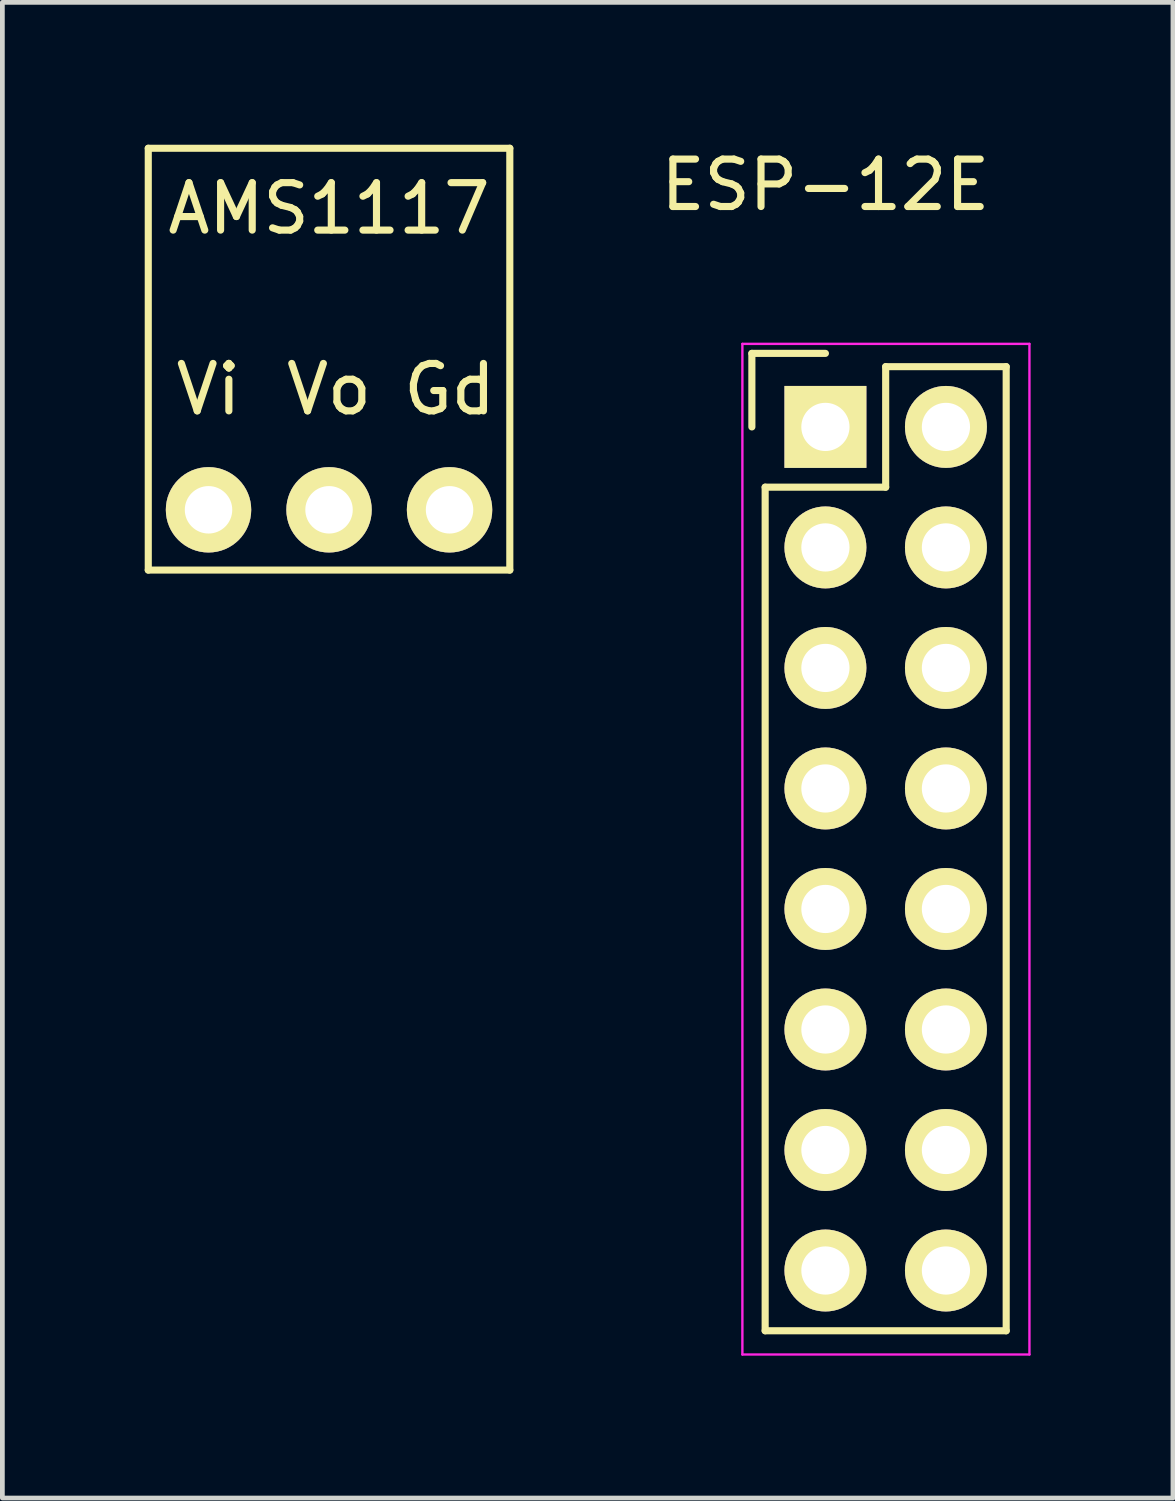
<source format=kicad_pcb>
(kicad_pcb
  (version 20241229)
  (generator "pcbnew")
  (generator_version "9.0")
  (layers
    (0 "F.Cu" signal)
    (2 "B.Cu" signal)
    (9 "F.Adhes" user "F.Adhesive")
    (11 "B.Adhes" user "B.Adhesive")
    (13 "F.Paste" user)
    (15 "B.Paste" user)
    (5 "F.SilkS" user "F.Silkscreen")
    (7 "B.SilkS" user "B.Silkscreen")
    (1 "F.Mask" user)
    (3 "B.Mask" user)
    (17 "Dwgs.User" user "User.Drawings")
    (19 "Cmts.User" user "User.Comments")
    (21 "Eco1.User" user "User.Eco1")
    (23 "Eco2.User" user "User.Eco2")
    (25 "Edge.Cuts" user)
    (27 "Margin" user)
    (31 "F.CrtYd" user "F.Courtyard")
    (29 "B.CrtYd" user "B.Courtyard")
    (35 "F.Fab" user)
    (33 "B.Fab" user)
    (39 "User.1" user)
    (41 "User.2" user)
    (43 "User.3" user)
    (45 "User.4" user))
  (footprint "ESP-12E"
    (layer "F.Cu")
    (at 14.347 5.948)
    (property "Reference" "ESP-12E" (at 0 -5.1 0) (layer "F.SilkS") (effects (font (size 1 1) (thickness 0.15))))
    (attr through_hole)
    (fp_line (start -1.55 -1.55) (end -1.55 0) (stroke (width 0.15) (type solid)) (layer "F.SilkS"))
    (fp_line (start -1.27 1.27) (end -1.27 19.05) (stroke (width 0.15) (type solid)) (layer "F.SilkS"))
    (fp_line (start 0 -1.55) (end -1.55 -1.55) (stroke (width 0.15) (type solid)) (layer "F.SilkS"))
    (fp_line (start 1.27 -1.27) (end 1.27 1.27) (stroke (width 0.15) (type solid)) (layer "F.SilkS"))
    (fp_line (start 1.27 1.27) (end -1.27 1.27) (stroke (width 0.15) (type solid)) (layer "F.SilkS"))
    (fp_line (start 3.81 -1.27) (end 1.27 -1.27) (stroke (width 0.15) (type solid)) (layer "F.SilkS"))
    (fp_line (start 3.81 19.05) (end -1.27 19.05) (stroke (width 0.15) (type solid)) (layer "F.SilkS"))
    (fp_line (start 3.81 19.05) (end 3.81 -1.27) (stroke (width 0.15) (type solid)) (layer "F.SilkS"))
    (fp_line (start -1.75 -1.75) (end -1.75 19.55) (stroke (width 0.05) (type solid)) (layer "F.CrtYd"))
    (fp_line (start -1.75 -1.75) (end 4.3 -1.75) (stroke (width 0.05) (type solid)) (layer "F.CrtYd"))
    (fp_line (start -1.75 19.55) (end 4.3 19.55) (stroke (width 0.05) (type solid)) (layer "F.CrtYd"))
    (fp_line (start 4.3 -1.75) (end 4.3 19.55) (stroke (width 0.05) (type solid)) (layer "F.CrtYd"))
    (pad "1" thru_hole rect (at 0 0) (size 1.727 1.727) (drill 1.016) (layers "*.Cu" "*.Mask" "F.SilkS"))
    (pad "2" thru_hole oval (at 0 2.54) (size 1.727 1.727) (drill 1.016) (layers "*.Cu" "*.Mask" "F.SilkS"))
    (pad "3" thru_hole oval (at 0 5.08) (size 1.727 1.727) (drill 1.016) (layers "*.Cu" "*.Mask" "F.SilkS"))
    (pad "4" thru_hole oval (at 0 7.62) (size 1.727 1.727) (drill 1.016) (layers "*.Cu" "*.Mask" "F.SilkS"))
    (pad "5" thru_hole oval (at 0 10.16) (size 1.727 1.727) (drill 1.016) (layers "*.Cu" "*.Mask" "F.SilkS"))
    (pad "6" thru_hole oval (at 0 12.7) (size 1.727 1.727) (drill 1.016) (layers "*.Cu" "*.Mask" "F.SilkS"))
    (pad "7" thru_hole oval (at 0 15.24) (size 1.727 1.727) (drill 1.016) (layers "*.Cu" "*.Mask" "F.SilkS"))
    (pad "8" thru_hole oval (at 0 17.78) (size 1.727 1.727) (drill 1.016) (layers "*.Cu" "*.Mask" "F.SilkS"))
    (pad "15" thru_hole oval (at 2.54 17.78) (size 1.727 1.727) (drill 1.016) (layers "*.Cu" "*.Mask" "F.SilkS"))
    (pad "16" thru_hole oval (at 2.54 15.24) (size 1.727 1.727) (drill 1.016) (layers "*.Cu" "*.Mask" "F.SilkS"))
    (pad "17" thru_hole oval (at 2.54 12.7) (size 1.727 1.727) (drill 1.016) (layers "*.Cu" "*.Mask" "F.SilkS"))
    (pad "18" thru_hole oval (at 2.54 10.16) (size 1.727 1.727) (drill 1.016) (layers "*.Cu" "*.Mask" "F.SilkS"))
    (pad "19" thru_hole oval (at 2.54 7.62) (size 1.727 1.727) (drill 1.016) (layers "*.Cu" "*.Mask" "F.SilkS"))
    (pad "20" thru_hole oval (at 2.54 5.08) (size 1.727 1.727) (drill 1.016) (layers "*.Cu" "*.Mask" "F.SilkS"))
    (pad "21" thru_hole oval (at 2.54 2.54) (size 1.727 1.727) (drill 1.016) (layers "*.Cu" "*.Mask" "F.SilkS"))
    (pad "22" thru_hole oval (at 2.54 0) (size 1.727 1.727) (drill 1.016) (layers "*.Cu" "*.Mask" "F.SilkS")))
  (footprint "AMS1117"
    (layer "F.Cu")
    (at 3.885 7.695)
    (property "Reference" "AMS1117" (at 0 -6.35 0) (layer "F.SilkS") (effects (font (size 1 1) (thickness 0.15))))
    (attr through_hole)
    (fp_line (start -3.81 -7.62) (end -3.81 1.27) (stroke (width 0.15) (type solid)) (layer "F.SilkS"))
    (fp_line (start -3.81 1.27) (end 3.81 1.27) (stroke (width 0.15) (type solid)) (layer "F.SilkS"))
    (fp_line (start 3.81 -7.62) (end -3.81 -7.62) (stroke (width 0.15) (type solid)) (layer "F.SilkS"))
    (fp_line (start 3.81 1.27) (end 3.81 -7.62) (stroke (width 0.15) (type solid)) (layer "F.SilkS"))
    (fp_text user "Gd" (at 2.54 -2.54 0) (layer "F.SilkS") (effects (font (size 1 1) (thickness 0.15))))
    (fp_text user "Vi" (at -2.54 -2.54 0) (layer "F.SilkS") (effects (font (size 1 1) (thickness 0.15))))
    (fp_text user "Vo" (at 0 -2.54 0) (layer "F.SilkS") (effects (font (size 1 1) (thickness 0.15))))
    (pad "1" thru_hole circle (at 2.54 0) (size 1.8 1.8) (drill 1) (layers "*.Cu" "*.Mask" "F.SilkS"))
    (pad "2" thru_hole circle (at 0 0) (size 1.8 1.8) (drill 1) (layers "*.Cu" "*.Mask" "F.SilkS"))
    (pad "3" thru_hole circle (at -2.54 0) (size 1.8 1.8) (drill 1) (layers "*.Cu" "*.Mask" "F.SilkS")))
  (gr_rect
    (start -3 -3)
    (end 21.672 28.523)
    (stroke (width 0.1) (type default))
    (fill no)
    (layer "Edge.Cuts")))
</source>
